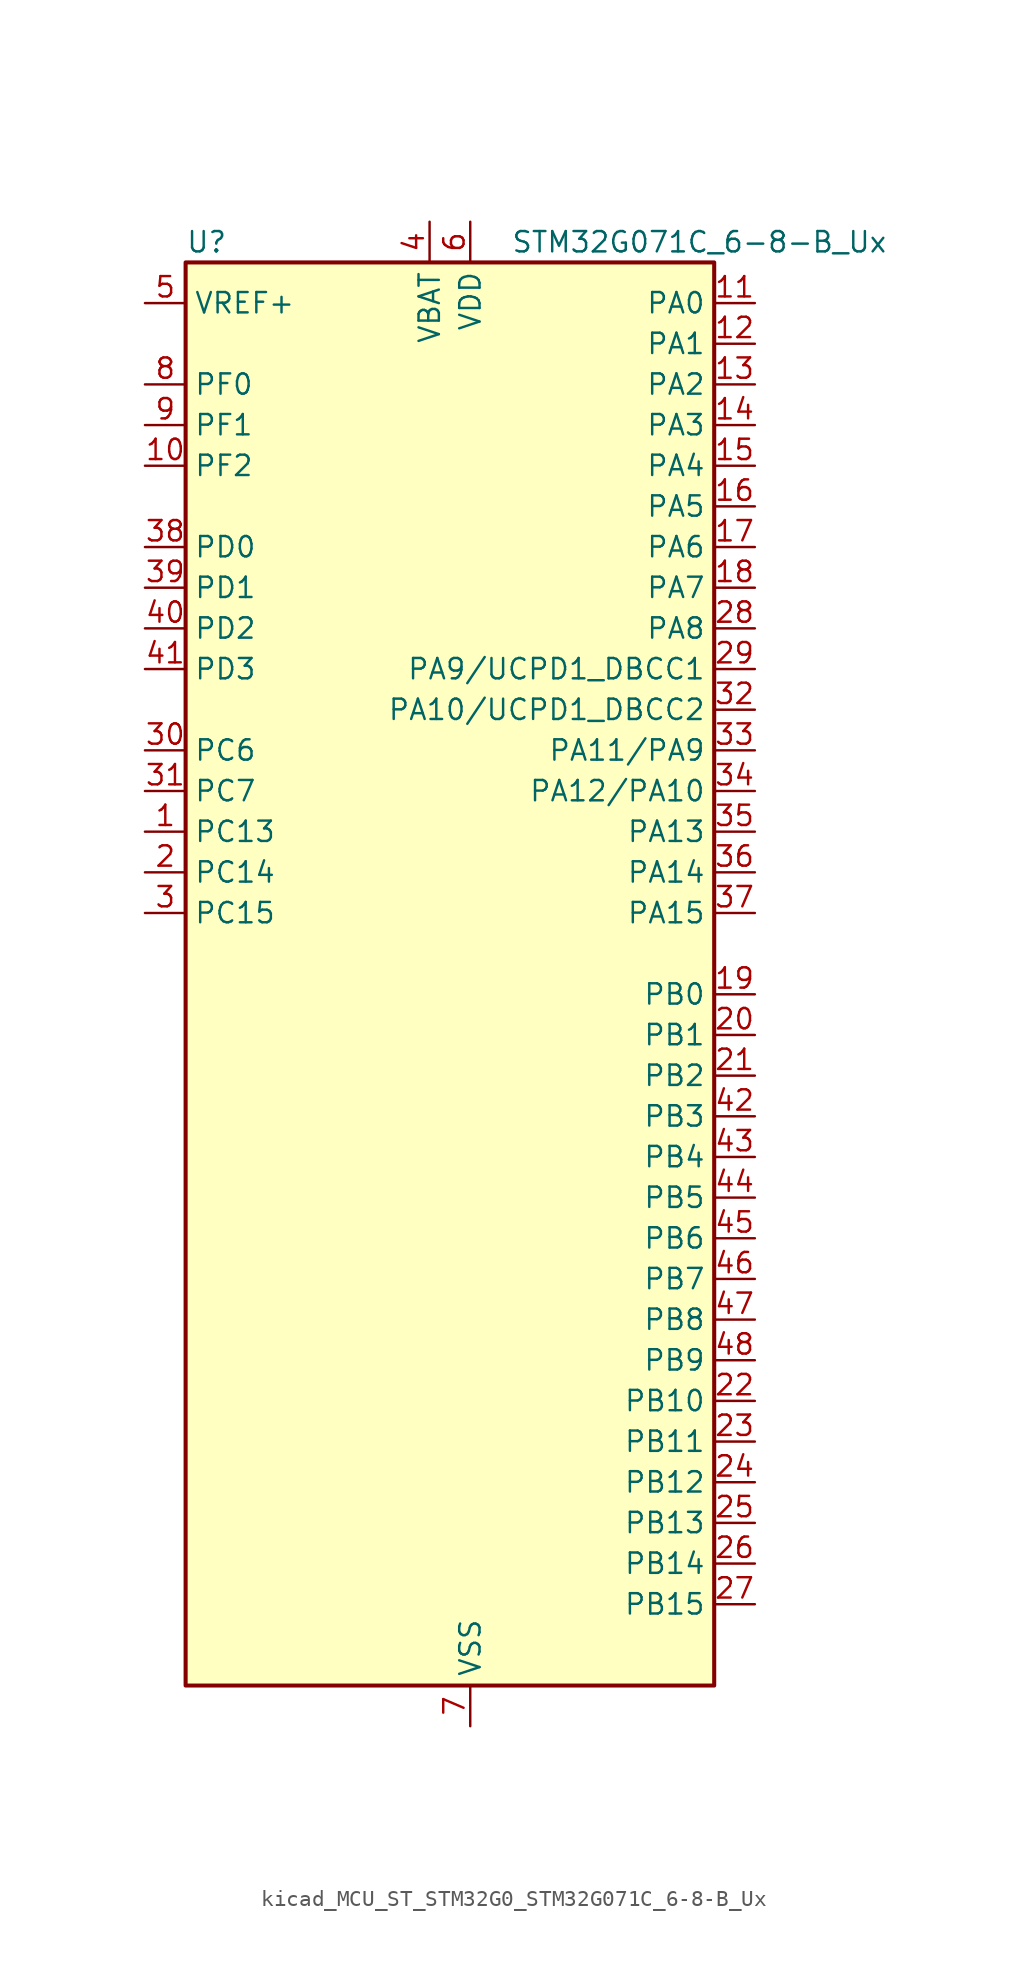
<source format=kicad_sym>
(kicad_symbol_lib
  (version 20220914)
  (generator kicad_symbol_editor)
  (symbol "kicad_MCU_ST_STM32G0_STM32G071C_6-8-B_Ux"
    (property "Reference" "U"
      (at -15.24 46.99 0)
      (effects (font (size 1.27 1.27)) (justify left)))
    (property "Value" "STM32G071C_6-8-B_Ux"
      (at 5.08 46.99 0)
      (effects (font (size 1.27 1.27)) (justify left)))
    (property "ki_locked" ""
      (at 0 0 0)
      (effects (font (size 1.27 1.27))))
    (symbol "kicad_MCU_ST_STM32G0_STM32G071C_6-8-B_Ux_0_1"
      (rectangle (start -15.24 -43.18) (end 17.78 45.72) (stroke (width 0.254) (type default)) (fill (type background))))
    (symbol "kicad_MCU_ST_STM32G0_STM32G071C_6-8-B_Ux_1_1"
      (pin bidirectional line (at -17.78 10.16 0) (length 2.54) (name "PC13" (effects (font (size 1.27 1.27)))) (number "1" (effects (font (size 1.27 1.27)))) (alternate "RTC_OUT_ALARM" bidirectional line) (alternate "RTC_OUT_CALIB" bidirectional line) (alternate "RTC_TAMP_IN1" bidirectional line) (alternate "RTC_TS" bidirectional line) (alternate "SYS_WKUP2" bidirectional line) (alternate "TIM1_BK" bidirectional line))
      (pin bidirectional line (at -17.78 33.02 0) (length 2.54) (name "PF2" (effects (font (size 1.27 1.27)))) (number "10" (effects (font (size 1.27 1.27)))) (alternate "RCC_MCO" bidirectional line))
      (pin bidirectional line (at 20.32 43.18 180) (length 2.54) (name "PA0" (effects (font (size 1.27 1.27)))) (number "11" (effects (font (size 1.27 1.27)))) (alternate "ADC1_IN0" bidirectional line) (alternate "COMP1_INM" bidirectional line) (alternate "COMP1_OUT" bidirectional line) (alternate "LPTIM1_OUT" bidirectional line) (alternate "RTC_TAMP_IN2" bidirectional line) (alternate "SPI2_SCK" bidirectional line) (alternate "SYS_WKUP1" bidirectional line) (alternate "TIM2_CH1" bidirectional line) (alternate "TIM2_ETR" bidirectional line) (alternate "UCPD2_FRSTX1" bidirectional line) (alternate "UCPD2_FRSTX2" bidirectional line) (alternate "USART2_CTS" bidirectional line) (alternate "USART2_NSS" bidirectional line) (alternate "USART4_TX" bidirectional line))
      (pin bidirectional line (at 20.32 40.64 180) (length 2.54) (name "PA1" (effects (font (size 1.27 1.27)))) (number "12" (effects (font (size 1.27 1.27)))) (alternate "ADC1_IN1" bidirectional line) (alternate "COMP1_INP" bidirectional line) (alternate "I2C1_SMBA" bidirectional line) (alternate "I2S1_CK" bidirectional line) (alternate "SPI1_SCK" bidirectional line) (alternate "TIM15_CH1N" bidirectional line) (alternate "TIM2_CH2" bidirectional line) (alternate "USART2_CK" bidirectional line) (alternate "USART2_DE" bidirectional line) (alternate "USART2_RTS" bidirectional line) (alternate "USART4_RX" bidirectional line))
      (pin bidirectional line (at 20.32 38.1 180) (length 2.54) (name "PA2" (effects (font (size 1.27 1.27)))) (number "13" (effects (font (size 1.27 1.27)))) (alternate "ADC1_IN2" bidirectional line) (alternate "COMP2_INM" bidirectional line) (alternate "COMP2_OUT" bidirectional line) (alternate "I2S1_SD" bidirectional line) (alternate "LPUART1_TX" bidirectional line) (alternate "RCC_LSCO" bidirectional line) (alternate "SPI1_MOSI" bidirectional line) (alternate "SYS_WKUP4" bidirectional line) (alternate "TIM15_CH1" bidirectional line) (alternate "TIM2_CH3" bidirectional line) (alternate "UCPD1_FRSTX1" bidirectional line) (alternate "UCPD1_FRSTX2" bidirectional line) (alternate "USART2_TX" bidirectional line))
      (pin bidirectional line (at 20.32 35.56 180) (length 2.54) (name "PA3" (effects (font (size 1.27 1.27)))) (number "14" (effects (font (size 1.27 1.27)))) (alternate "ADC1_IN3" bidirectional line) (alternate "COMP2_INP" bidirectional line) (alternate "LPUART1_RX" bidirectional line) (alternate "SPI2_MISO" bidirectional line) (alternate "TIM15_CH2" bidirectional line) (alternate "TIM2_CH4" bidirectional line) (alternate "UCPD2_FRSTX1" bidirectional line) (alternate "UCPD2_FRSTX2" bidirectional line) (alternate "USART2_RX" bidirectional line))
      (pin bidirectional line (at 20.32 33.02 180) (length 2.54) (name "PA4" (effects (font (size 1.27 1.27)))) (number "15" (effects (font (size 1.27 1.27)))) (alternate "ADC1_IN4" bidirectional line) (alternate "DAC1_OUT1" bidirectional line) (alternate "I2S1_WS" bidirectional line) (alternate "LPTIM2_OUT" bidirectional line) (alternate "RTC_OUT_ALARM" bidirectional line) (alternate "RTC_OUT_CALIB" bidirectional line) (alternate "SPI1_NSS" bidirectional line) (alternate "SPI2_MOSI" bidirectional line) (alternate "TIM14_CH1" bidirectional line) (alternate "UCPD2_FRSTX1" bidirectional line) (alternate "UCPD2_FRSTX2" bidirectional line))
      (pin bidirectional line (at 20.32 30.48 180) (length 2.54) (name "PA5" (effects (font (size 1.27 1.27)))) (number "16" (effects (font (size 1.27 1.27)))) (alternate "ADC1_IN5" bidirectional line) (alternate "CEC" bidirectional line) (alternate "DAC1_OUT2" bidirectional line) (alternate "I2S1_CK" bidirectional line) (alternate "LPTIM2_ETR" bidirectional line) (alternate "SPI1_SCK" bidirectional line) (alternate "TIM2_CH1" bidirectional line) (alternate "TIM2_ETR" bidirectional line) (alternate "UCPD1_FRSTX1" bidirectional line) (alternate "UCPD1_FRSTX2" bidirectional line) (alternate "USART3_TX" bidirectional line))
      (pin bidirectional line (at 20.32 27.94 180) (length 2.54) (name "PA6" (effects (font (size 1.27 1.27)))) (number "17" (effects (font (size 1.27 1.27)))) (alternate "ADC1_IN6" bidirectional line) (alternate "COMP1_OUT" bidirectional line) (alternate "I2S1_MCK" bidirectional line) (alternate "LPUART1_CTS" bidirectional line) (alternate "SPI1_MISO" bidirectional line) (alternate "TIM16_CH1" bidirectional line) (alternate "TIM1_BK" bidirectional line) (alternate "TIM3_CH1" bidirectional line) (alternate "USART3_CTS" bidirectional line) (alternate "USART3_NSS" bidirectional line))
      (pin bidirectional line (at 20.32 25.4 180) (length 2.54) (name "PA7" (effects (font (size 1.27 1.27)))) (number "18" (effects (font (size 1.27 1.27)))) (alternate "ADC1_IN7" bidirectional line) (alternate "COMP2_OUT" bidirectional line) (alternate "I2S1_SD" bidirectional line) (alternate "SPI1_MOSI" bidirectional line) (alternate "TIM14_CH1" bidirectional line) (alternate "TIM17_CH1" bidirectional line) (alternate "TIM1_CH1N" bidirectional line) (alternate "TIM3_CH2" bidirectional line) (alternate "UCPD1_FRSTX1" bidirectional line) (alternate "UCPD1_FRSTX2" bidirectional line))
      (pin bidirectional line (at 20.32 0 180) (length 2.54) (name "PB0" (effects (font (size 1.27 1.27)))) (number "19" (effects (font (size 1.27 1.27)))) (alternate "ADC1_IN8" bidirectional line) (alternate "COMP1_OUT" bidirectional line) (alternate "I2S1_WS" bidirectional line) (alternate "LPTIM1_OUT" bidirectional line) (alternate "SPI1_NSS" bidirectional line) (alternate "TIM1_CH2N" bidirectional line) (alternate "TIM3_CH3" bidirectional line) (alternate "UCPD1_FRSTX1" bidirectional line) (alternate "UCPD1_FRSTX2" bidirectional line) (alternate "USART3_RX" bidirectional line))
      (pin bidirectional line (at -17.78 7.62 0) (length 2.54) (name "PC14" (effects (font (size 1.27 1.27)))) (number "2" (effects (font (size 1.27 1.27)))) (alternate "RCC_OSC32_IN" bidirectional line) (alternate "TIM1_BK2" bidirectional line))
      (pin bidirectional line (at 20.32 -2.54 180) (length 2.54) (name "PB1" (effects (font (size 1.27 1.27)))) (number "20" (effects (font (size 1.27 1.27)))) (alternate "ADC1_IN9" bidirectional line) (alternate "COMP1_INM" bidirectional line) (alternate "LPTIM2_IN1" bidirectional line) (alternate "LPUART1_DE" bidirectional line) (alternate "LPUART1_RTS" bidirectional line) (alternate "TIM14_CH1" bidirectional line) (alternate "TIM1_CH3N" bidirectional line) (alternate "TIM3_CH4" bidirectional line) (alternate "USART3_CK" bidirectional line) (alternate "USART3_DE" bidirectional line) (alternate "USART3_RTS" bidirectional line))
      (pin bidirectional line (at 20.32 -5.08 180) (length 2.54) (name "PB2" (effects (font (size 1.27 1.27)))) (number "21" (effects (font (size 1.27 1.27)))) (alternate "ADC1_IN10" bidirectional line) (alternate "COMP1_INP" bidirectional line) (alternate "LPTIM1_OUT" bidirectional line) (alternate "SPI2_MISO" bidirectional line) (alternate "USART3_TX" bidirectional line))
      (pin bidirectional line (at 20.32 -25.4 180) (length 2.54) (name "PB10" (effects (font (size 1.27 1.27)))) (number "22" (effects (font (size 1.27 1.27)))) (alternate "ADC1_IN11" bidirectional line) (alternate "CEC" bidirectional line) (alternate "COMP1_OUT" bidirectional line) (alternate "I2C2_SCL" bidirectional line) (alternate "LPUART1_RX" bidirectional line) (alternate "SPI2_SCK" bidirectional line) (alternate "TIM2_CH3" bidirectional line) (alternate "USART3_TX" bidirectional line))
      (pin bidirectional line (at 20.32 -27.94 180) (length 2.54) (name "PB11" (effects (font (size 1.27 1.27)))) (number "23" (effects (font (size 1.27 1.27)))) (alternate "ADC1_EXTI11" bidirectional line) (alternate "ADC1_IN15" bidirectional line) (alternate "COMP2_OUT" bidirectional line) (alternate "I2C2_SDA" bidirectional line) (alternate "LPUART1_TX" bidirectional line) (alternate "SPI2_MOSI" bidirectional line) (alternate "TIM2_CH4" bidirectional line) (alternate "USART3_RX" bidirectional line))
      (pin bidirectional line (at 20.32 -30.48 180) (length 2.54) (name "PB12" (effects (font (size 1.27 1.27)))) (number "24" (effects (font (size 1.27 1.27)))) (alternate "ADC1_IN16" bidirectional line) (alternate "LPUART1_DE" bidirectional line) (alternate "LPUART1_RTS" bidirectional line) (alternate "SPI2_NSS" bidirectional line) (alternate "TIM15_BK" bidirectional line) (alternate "TIM1_BK" bidirectional line) (alternate "UCPD2_FRSTX1" bidirectional line) (alternate "UCPD2_FRSTX2" bidirectional line))
      (pin bidirectional line (at 20.32 -33.02 180) (length 2.54) (name "PB13" (effects (font (size 1.27 1.27)))) (number "25" (effects (font (size 1.27 1.27)))) (alternate "I2C2_SCL" bidirectional line) (alternate "LPUART1_CTS" bidirectional line) (alternate "SPI2_SCK" bidirectional line) (alternate "TIM15_CH1N" bidirectional line) (alternate "TIM1_CH1N" bidirectional line) (alternate "USART3_CTS" bidirectional line) (alternate "USART3_NSS" bidirectional line))
      (pin bidirectional line (at 20.32 -35.56 180) (length 2.54) (name "PB14" (effects (font (size 1.27 1.27)))) (number "26" (effects (font (size 1.27 1.27)))) (alternate "I2C2_SDA" bidirectional line) (alternate "SPI2_MISO" bidirectional line) (alternate "TIM15_CH1" bidirectional line) (alternate "TIM1_CH2N" bidirectional line) (alternate "UCPD1_FRSTX1" bidirectional line) (alternate "UCPD1_FRSTX2" bidirectional line) (alternate "USART3_CK" bidirectional line) (alternate "USART3_DE" bidirectional line) (alternate "USART3_RTS" bidirectional line))
      (pin bidirectional line (at 20.32 -38.1 180) (length 2.54) (name "PB15" (effects (font (size 1.27 1.27)))) (number "27" (effects (font (size 1.27 1.27)))) (alternate "RTC_REFIN" bidirectional line) (alternate "SPI2_MOSI" bidirectional line) (alternate "TIM15_CH1N" bidirectional line) (alternate "TIM15_CH2" bidirectional line) (alternate "TIM1_CH3N" bidirectional line) (alternate "UCPD1_CC2" bidirectional line))
      (pin bidirectional line (at 20.32 22.86 180) (length 2.54) (name "PA8" (effects (font (size 1.27 1.27)))) (number "28" (effects (font (size 1.27 1.27)))) (alternate "LPTIM2_OUT" bidirectional line) (alternate "RCC_MCO" bidirectional line) (alternate "SPI2_NSS" bidirectional line) (alternate "TIM1_CH1" bidirectional line) (alternate "UCPD1_CC1" bidirectional line))
      (pin bidirectional line (at 20.32 20.32 180) (length 2.54) (name "PA9/UCPD1_DBCC1" (effects (font (size 1.27 1.27)))) (number "29" (effects (font (size 1.27 1.27)))) (alternate "DAC1_EXTI9" bidirectional line) (alternate "I2C1_SCL" bidirectional line) (alternate "RCC_MCO" bidirectional line) (alternate "SPI2_MISO" bidirectional line) (alternate "TIM15_BK" bidirectional line) (alternate "TIM1_CH2" bidirectional line) (alternate "UCPD1_DBCC1" bidirectional line) (alternate "USART1_TX" bidirectional line))
      (pin bidirectional line (at -17.78 5.08 0) (length 2.54) (name "PC15" (effects (font (size 1.27 1.27)))) (number "3" (effects (font (size 1.27 1.27)))) (alternate "RCC_OSC32_EN" bidirectional line) (alternate "RCC_OSC32_OUT" bidirectional line) (alternate "RCC_OSC_EN" bidirectional line) (alternate "TIM15_BK" bidirectional line))
      (pin bidirectional line (at -17.78 15.24 0) (length 2.54) (name "PC6" (effects (font (size 1.27 1.27)))) (number "30" (effects (font (size 1.27 1.27)))) (alternate "TIM2_CH3" bidirectional line) (alternate "TIM3_CH1" bidirectional line) (alternate "UCPD1_FRSTX1" bidirectional line) (alternate "UCPD1_FRSTX2" bidirectional line))
      (pin bidirectional line (at -17.78 12.7 0) (length 2.54) (name "PC7" (effects (font (size 1.27 1.27)))) (number "31" (effects (font (size 1.27 1.27)))) (alternate "TIM2_CH4" bidirectional line) (alternate "TIM3_CH2" bidirectional line) (alternate "UCPD2_FRSTX1" bidirectional line) (alternate "UCPD2_FRSTX2" bidirectional line))
      (pin bidirectional line (at 20.32 17.78 180) (length 2.54) (name "PA10/UCPD1_DBCC2" (effects (font (size 1.27 1.27)))) (number "32" (effects (font (size 1.27 1.27)))) (alternate "I2C1_SDA" bidirectional line) (alternate "SPI2_MOSI" bidirectional line) (alternate "TIM17_BK" bidirectional line) (alternate "TIM1_CH3" bidirectional line) (alternate "UCPD1_DBCC2" bidirectional line) (alternate "USART1_RX" bidirectional line))
      (pin bidirectional line (at 20.32 15.24 180) (length 2.54) (name "PA11/PA9" (effects (font (size 1.27 1.27)))) (number "33" (effects (font (size 1.27 1.27)))) (alternate "ADC1_EXTI11" bidirectional line) (alternate "COMP1_OUT" bidirectional line) (alternate "I2C2_SCL" bidirectional line) (alternate "I2S1_MCK" bidirectional line) (alternate "SPI1_MISO" bidirectional line) (alternate "TIM1_BK2" bidirectional line) (alternate "TIM1_CH4" bidirectional line) (alternate "USART1_CTS" bidirectional line) (alternate "USART1_NSS" bidirectional line))
      (pin bidirectional line (at 20.32 12.7 180) (length 2.54) (name "PA12/PA10" (effects (font (size 1.27 1.27)))) (number "34" (effects (font (size 1.27 1.27)))) (alternate "COMP2_OUT" bidirectional line) (alternate "I2C2_SDA" bidirectional line) (alternate "I2S1_SD" bidirectional line) (alternate "I2S_CKIN" bidirectional line) (alternate "SPI1_MOSI" bidirectional line) (alternate "TIM1_ETR" bidirectional line) (alternate "USART1_CK" bidirectional line) (alternate "USART1_DE" bidirectional line) (alternate "USART1_RTS" bidirectional line))
      (pin bidirectional line (at 20.32 10.16 180) (length 2.54) (name "PA13" (effects (font (size 1.27 1.27)))) (number "35" (effects (font (size 1.27 1.27)))) (alternate "IR_OUT" bidirectional line) (alternate "SYS_SWDIO" bidirectional line))
      (pin bidirectional line (at 20.32 7.62 180) (length 2.54) (name "PA14" (effects (font (size 1.27 1.27)))) (number "36" (effects (font (size 1.27 1.27)))) (alternate "SYS_SWCLK" bidirectional line) (alternate "USART2_TX" bidirectional line))
      (pin bidirectional line (at 20.32 5.08 180) (length 2.54) (name "PA15" (effects (font (size 1.27 1.27)))) (number "37" (effects (font (size 1.27 1.27)))) (alternate "I2S1_WS" bidirectional line) (alternate "SPI1_NSS" bidirectional line) (alternate "TIM2_CH1" bidirectional line) (alternate "TIM2_ETR" bidirectional line) (alternate "USART2_RX" bidirectional line) (alternate "USART3_CK" bidirectional line) (alternate "USART3_DE" bidirectional line) (alternate "USART3_RTS" bidirectional line) (alternate "USART4_CK" bidirectional line) (alternate "USART4_DE" bidirectional line) (alternate "USART4_RTS" bidirectional line))
      (pin bidirectional line (at -17.78 27.94 0) (length 2.54) (name "PD0" (effects (font (size 1.27 1.27)))) (number "38" (effects (font (size 1.27 1.27)))) (alternate "SPI2_NSS" bidirectional line) (alternate "TIM16_CH1" bidirectional line) (alternate "UCPD2_CC1" bidirectional line))
      (pin bidirectional line (at -17.78 25.4 0) (length 2.54) (name "PD1" (effects (font (size 1.27 1.27)))) (number "39" (effects (font (size 1.27 1.27)))) (alternate "SPI2_SCK" bidirectional line) (alternate "TIM17_CH1" bidirectional line) (alternate "UCPD2_DBCC1" bidirectional line))
      (pin power_in line (at 0 48.26 270) (length 2.54) (name "VBAT" (effects (font (size 1.27 1.27)))) (number "4" (effects (font (size 1.27 1.27)))))
      (pin bidirectional line (at -17.78 22.86 0) (length 2.54) (name "PD2" (effects (font (size 1.27 1.27)))) (number "40" (effects (font (size 1.27 1.27)))) (alternate "TIM1_CH1N" bidirectional line) (alternate "TIM3_ETR" bidirectional line) (alternate "UCPD2_CC2" bidirectional line) (alternate "USART3_CK" bidirectional line) (alternate "USART3_DE" bidirectional line) (alternate "USART3_RTS" bidirectional line))
      (pin bidirectional line (at -17.78 20.32 0) (length 2.54) (name "PD3" (effects (font (size 1.27 1.27)))) (number "41" (effects (font (size 1.27 1.27)))) (alternate "SPI2_MISO" bidirectional line) (alternate "TIM1_CH2N" bidirectional line) (alternate "UCPD2_DBCC2" bidirectional line) (alternate "USART2_CTS" bidirectional line) (alternate "USART2_NSS" bidirectional line))
      (pin bidirectional line (at 20.32 -7.62 180) (length 2.54) (name "PB3" (effects (font (size 1.27 1.27)))) (number "42" (effects (font (size 1.27 1.27)))) (alternate "COMP2_INM" bidirectional line) (alternate "I2S1_CK" bidirectional line) (alternate "SPI1_SCK" bidirectional line) (alternate "TIM1_CH2" bidirectional line) (alternate "TIM2_CH2" bidirectional line) (alternate "USART1_CK" bidirectional line) (alternate "USART1_DE" bidirectional line) (alternate "USART1_RTS" bidirectional line))
      (pin bidirectional line (at 20.32 -10.16 180) (length 2.54) (name "PB4" (effects (font (size 1.27 1.27)))) (number "43" (effects (font (size 1.27 1.27)))) (alternate "COMP2_INP" bidirectional line) (alternate "I2S1_MCK" bidirectional line) (alternate "SPI1_MISO" bidirectional line) (alternate "TIM17_BK" bidirectional line) (alternate "TIM3_CH1" bidirectional line) (alternate "USART1_CTS" bidirectional line) (alternate "USART1_NSS" bidirectional line))
      (pin bidirectional line (at 20.32 -12.7 180) (length 2.54) (name "PB5" (effects (font (size 1.27 1.27)))) (number "44" (effects (font (size 1.27 1.27)))) (alternate "COMP2_OUT" bidirectional line) (alternate "I2C1_SMBA" bidirectional line) (alternate "I2S1_SD" bidirectional line) (alternate "LPTIM1_IN1" bidirectional line) (alternate "SPI1_MOSI" bidirectional line) (alternate "SYS_WKUP6" bidirectional line) (alternate "TIM16_BK" bidirectional line) (alternate "TIM3_CH2" bidirectional line))
      (pin bidirectional line (at 20.32 -15.24 180) (length 2.54) (name "PB6" (effects (font (size 1.27 1.27)))) (number "45" (effects (font (size 1.27 1.27)))) (alternate "COMP2_INP" bidirectional line) (alternate "I2C1_SCL" bidirectional line) (alternate "LPTIM1_ETR" bidirectional line) (alternate "SPI2_MISO" bidirectional line) (alternate "TIM16_CH1N" bidirectional line) (alternate "TIM1_CH3" bidirectional line) (alternate "USART1_TX" bidirectional line))
      (pin bidirectional line (at 20.32 -17.78 180) (length 2.54) (name "PB7" (effects (font (size 1.27 1.27)))) (number "46" (effects (font (size 1.27 1.27)))) (alternate "COMP2_INM" bidirectional line) (alternate "I2C1_SDA" bidirectional line) (alternate "LPTIM1_IN2" bidirectional line) (alternate "SPI2_MOSI" bidirectional line) (alternate "SYS_PVD_IN" bidirectional line) (alternate "TIM17_CH1N" bidirectional line) (alternate "USART1_RX" bidirectional line) (alternate "USART4_CTS" bidirectional line) (alternate "USART4_NSS" bidirectional line))
      (pin bidirectional line (at 20.32 -20.32 180) (length 2.54) (name "PB8" (effects (font (size 1.27 1.27)))) (number "47" (effects (font (size 1.27 1.27)))) (alternate "CEC" bidirectional line) (alternate "I2C1_SCL" bidirectional line) (alternate "SPI2_SCK" bidirectional line) (alternate "TIM15_BK" bidirectional line) (alternate "TIM16_CH1" bidirectional line) (alternate "USART3_TX" bidirectional line))
      (pin bidirectional line (at 20.32 -22.86 180) (length 2.54) (name "PB9" (effects (font (size 1.27 1.27)))) (number "48" (effects (font (size 1.27 1.27)))) (alternate "DAC1_EXTI9" bidirectional line) (alternate "I2C1_SDA" bidirectional line) (alternate "IR_OUT" bidirectional line) (alternate "SPI2_NSS" bidirectional line) (alternate "TIM17_CH1" bidirectional line) (alternate "UCPD2_FRSTX1" bidirectional line) (alternate "UCPD2_FRSTX2" bidirectional line) (alternate "USART3_RX" bidirectional line))
      (pin passive line (at 2.54 -45.72 90) (length 2.54) hide (name "VSS" (effects (font (size 1.27 1.27)))) (number "49" (effects (font (size 1.27 1.27)))))
      (pin input line (at -17.78 43.18 0) (length 2.54) (name "VREF+" (effects (font (size 1.27 1.27)))) (number "5" (effects (font (size 1.27 1.27)))) (alternate "VREFBUF_OUT" bidirectional line))
      (pin power_in line (at 2.54 48.26 270) (length 2.54) (name "VDD" (effects (font (size 1.27 1.27)))) (number "6" (effects (font (size 1.27 1.27)))))
      (pin power_in line (at 2.54 -45.72 90) (length 2.54) (name "VSS" (effects (font (size 1.27 1.27)))) (number "7" (effects (font (size 1.27 1.27)))))
      (pin bidirectional line (at -17.78 38.1 0) (length 2.54) (name "PF0" (effects (font (size 1.27 1.27)))) (number "8" (effects (font (size 1.27 1.27)))) (alternate "RCC_OSC_IN" bidirectional line) (alternate "TIM14_CH1" bidirectional line))
      (pin bidirectional line (at -17.78 35.56 0) (length 2.54) (name "PF1" (effects (font (size 1.27 1.27)))) (number "9" (effects (font (size 1.27 1.27)))) (alternate "RCC_OSC_EN" bidirectional line) (alternate "RCC_OSC_OUT" bidirectional line) (alternate "TIM15_CH1N" bidirectional line)))))
</source>
